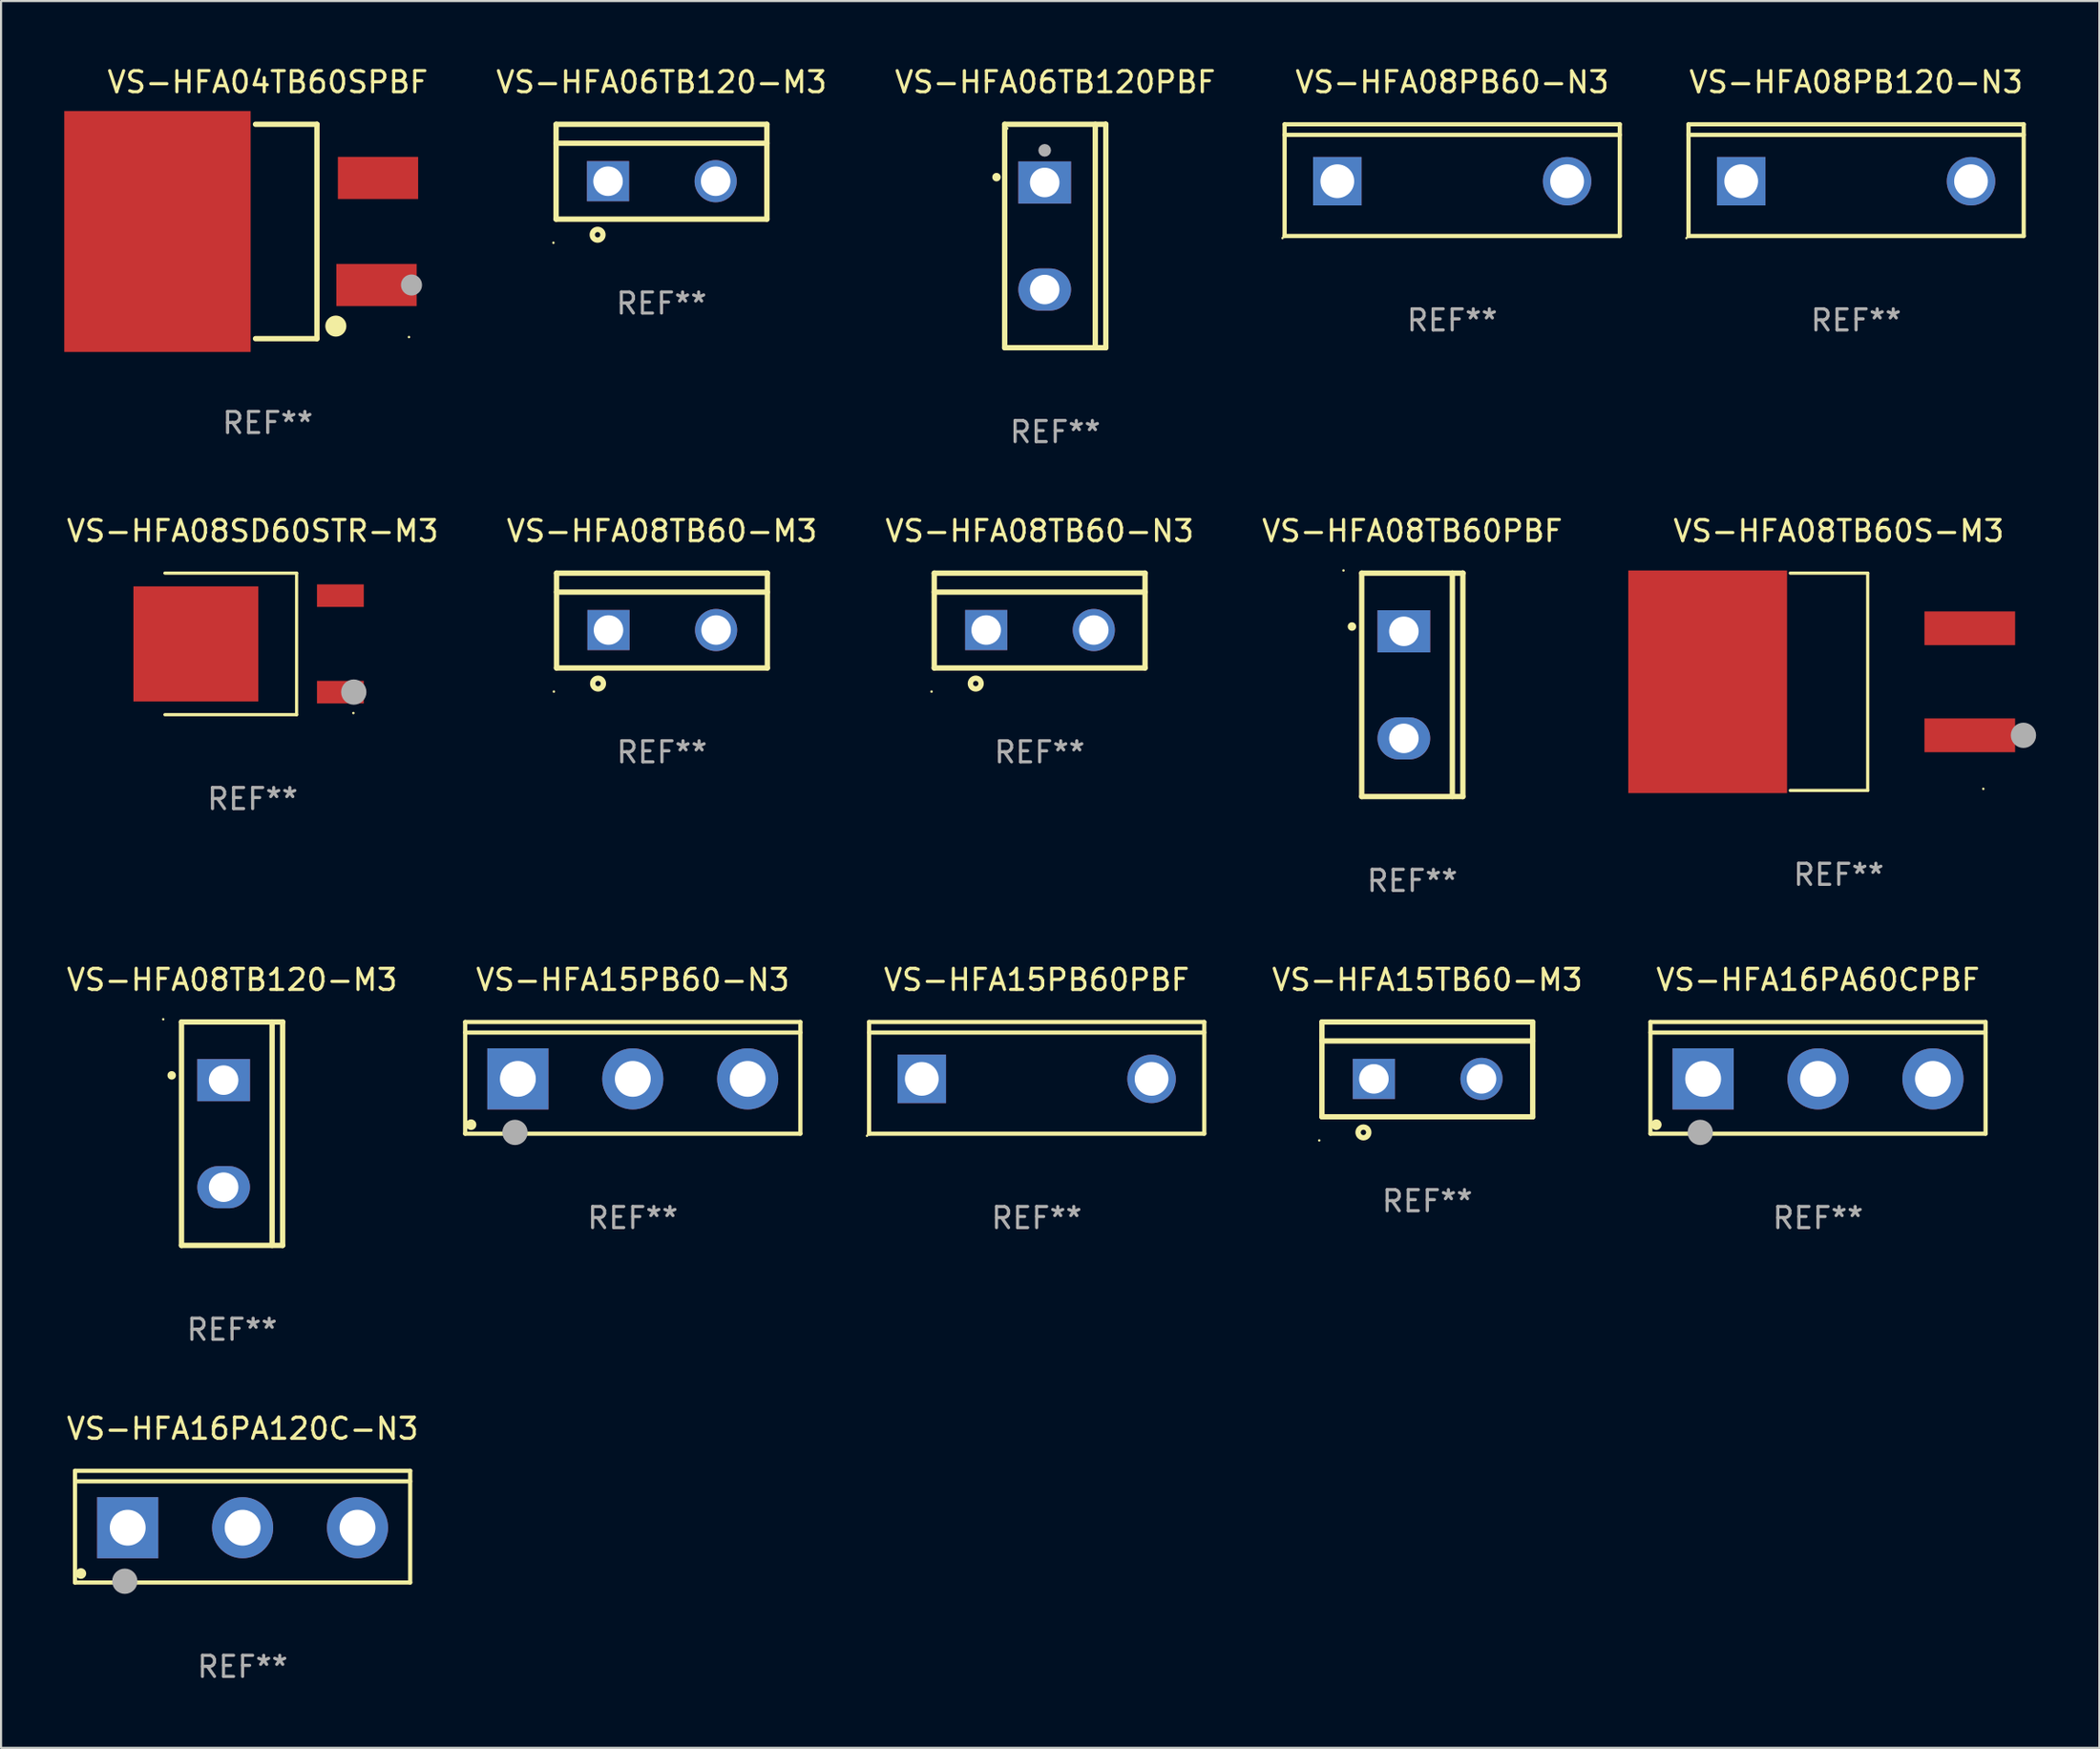
<source format=kicad_pcb>
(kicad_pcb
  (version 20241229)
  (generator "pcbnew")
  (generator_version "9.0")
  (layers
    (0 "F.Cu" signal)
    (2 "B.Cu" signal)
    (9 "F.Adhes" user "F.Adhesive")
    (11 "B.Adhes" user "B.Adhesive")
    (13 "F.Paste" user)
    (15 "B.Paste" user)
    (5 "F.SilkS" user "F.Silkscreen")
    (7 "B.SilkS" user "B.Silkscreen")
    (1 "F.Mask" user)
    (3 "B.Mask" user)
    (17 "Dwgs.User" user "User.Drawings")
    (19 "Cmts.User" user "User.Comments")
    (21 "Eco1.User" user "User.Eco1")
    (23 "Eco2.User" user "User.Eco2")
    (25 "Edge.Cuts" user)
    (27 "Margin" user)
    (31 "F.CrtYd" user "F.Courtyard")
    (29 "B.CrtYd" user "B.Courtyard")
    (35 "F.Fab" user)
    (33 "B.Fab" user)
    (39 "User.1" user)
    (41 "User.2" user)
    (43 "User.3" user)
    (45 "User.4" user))
  (footprint "VS-HFA15TB60-M3"
    (layer "F.Cu")
    (at 64.659 47.696)
    (property "Reference" "VS-HFA15TB60-M3" (at 0 -4.25 0) (layer "F.SilkS") (effects (font (size 1 1) (thickness 0.15))))
    (attr through_hole)
    (fp_line (start -5 -2.25) (end 5 -2.25) (stroke (width 0.254) (type solid)) (layer "F.SilkS"))
    (fp_line (start -5 -1.351) (end 5 -1.351) (stroke (width 0.254) (type solid)) (layer "F.SilkS"))
    (fp_line (start -5 2.25) (end -5 -2.25) (stroke (width 0.254) (type solid)) (layer "F.SilkS"))
    (fp_line (start -5 2.25) (end 5 2.25) (stroke (width 0.254) (type solid)) (layer "F.SilkS"))
    (fp_line (start 5 2.25) (end 5 -2.25) (stroke (width 0.254) (type solid)) (layer "F.SilkS"))
    (fp_circle (center -5.127 3.371) (end -5.097 3.371) (stroke (width 0.06) (type solid)) (fill no) (layer "F.SilkS"))
    (fp_circle (center -3.031 2.99) (end -2.777 2.99) (stroke (width 0.254) (type solid)) (fill no) (layer "F.SilkS"))
    (fp_text user "REF**" (at 0 6.25 0) (layer "F.Fab") (effects (font (size 1 1) (thickness 0.15))))
    (pad "1" thru_hole rect (at -2.536 0.45 90) (size 1.905 2) (drill 1.4) (layers "*.Cu" "*.Mask"))
    (pad "3" thru_hole circle (at 2.569 0.45) (size 2 2) (drill 1.4) (layers "*.Cu" "*.Mask")))
  (footprint "VS-HFA08TB60-N3"
    (layer "F.Cu")
    (at 46.268 26.397)
    (property "Reference" "VS-HFA08TB60-N3" (at 0 -4.25 0) (layer "F.SilkS") (effects (font (size 1 1) (thickness 0.15))))
    (attr through_hole)
    (fp_line (start -5 -2.25) (end 5 -2.25) (stroke (width 0.254) (type solid)) (layer "F.SilkS"))
    (fp_line (start -5 -1.351) (end 5 -1.351) (stroke (width 0.254) (type solid)) (layer "F.SilkS"))
    (fp_line (start -5 2.25) (end -5 -2.25) (stroke (width 0.254) (type solid)) (layer "F.SilkS"))
    (fp_line (start -5 2.25) (end 5 2.25) (stroke (width 0.254) (type solid)) (layer "F.SilkS"))
    (fp_line (start 5 2.25) (end 5 -2.25) (stroke (width 0.254) (type solid)) (layer "F.SilkS"))
    (fp_circle (center -5.127 3.371) (end -5.097 3.371) (stroke (width 0.06) (type solid)) (fill no) (layer "F.SilkS"))
    (fp_circle (center -3.031 2.99) (end -2.777 2.99) (stroke (width 0.254) (type solid)) (fill no) (layer "F.SilkS"))
    (fp_text user "REF**" (at 0 6.25 0) (layer "F.Fab") (effects (font (size 1 1) (thickness 0.15))))
    (pad "1" thru_hole rect (at -2.536 0.45 90) (size 1.905 2) (drill 1.4) (layers "*.Cu" "*.Mask"))
    (pad "3" thru_hole circle (at 2.569 0.45) (size 2 2) (drill 1.4) (layers "*.Cu" "*.Mask")))
  (footprint "VS-HFA16PA120C-N3"
    (layer "F.Cu")
    (at 8.458 69.394)
    (property "Reference" "VS-HFA16PA120C-N3" (at 0 -4.65 0) (layer "F.SilkS") (effects (font (size 1 1) (thickness 0.15))))
    (attr through_hole)
    (fp_line (start -7.95 -2.65) (end -7.95 2.65) (stroke (width 0.2) (type solid)) (layer "F.SilkS"))
    (fp_line (start -7.95 -2.15) (end 7.95 -2.15) (stroke (width 0.2) (type solid)) (layer "F.SilkS"))
    (fp_line (start -7.95 2.65) (end 7.95 2.65) (stroke (width 0.2) (type solid)) (layer "F.SilkS"))
    (fp_line (start 7.95 -2.65) (end -7.95 -2.65) (stroke (width 0.2) (type solid)) (layer "F.SilkS"))
    (fp_line (start 7.95 2.65) (end 7.95 -2.65) (stroke (width 0.2) (type solid)) (layer "F.SilkS"))
    (fp_circle (center -7.672 2.223) (end -7.545 2.223) (stroke (width 0.254) (type solid)) (fill no) (layer "F.SilkS"))
    (fp_circle (center -5.587 2.59) (end -5.287 2.59) (stroke (width 0.6) (type solid)) (fill no) (layer "F.Fab"))
    (fp_text user "REF**" (at 0 6.65 0) (layer "F.Fab") (effects (font (size 1 1) (thickness 0.15))))
    (pad "1" thru_hole rect (at -5.45 0.05) (size 2.9 2.9) (drill 1.7) (layers "*.Cu" "*.Mask"))
    (pad "2" thru_hole circle (at 0.001 0.05) (size 2.9 2.9) (drill 1.7) (layers "*.Cu" "*.Mask"))
    (pad "3" thru_hole circle (at 5.451 0.05) (size 2.9 2.9) (drill 1.7) (layers "*.Cu" "*.Mask")))
  (footprint "VS-HFA04TB60SPBF"
    (layer "F.Cu")
    (at 9.651 7.934)
    (property "Reference" "VS-HFA04TB60SPBF" (at 0 -7.086 0) (layer "F.SilkS") (effects (font (size 1 1) (thickness 0.15))))
    (attr through_hole)
    (fp_line (start 2.334 -5.086) (end -0.58 -5.086) (stroke (width 0.254) (type solid)) (layer "F.SilkS"))
    (fp_line (start 2.334 -5.086) (end 2.334 5.086) (stroke (width 0.254) (type solid)) (layer "F.SilkS"))
    (fp_line (start 2.334 5.086) (end -0.58 5.086) (stroke (width 0.254) (type solid)) (layer "F.SilkS"))
    (fp_circle (center 3.23 4.49) (end 3.48 4.49) (stroke (width 0.5) (type solid)) (fill no) (layer "F.SilkS"))
    (fp_circle (center 6.7 5.01) (end 6.73 5.01) (stroke (width 0.06) (type solid)) (fill no) (layer "F.SilkS"))
    (fp_circle (center 6.82 2.54) (end 7.07 2.54) (stroke (width 0.5) (type solid)) (fill no) (layer "F.Fab"))
    (fp_text user "REF**" (at 0 9.086 0) (layer "F.Fab") (effects (font (size 1 1) (thickness 0.15))))
    (pad "1" smd rect (at 5.16 2.54) (size 3.81 2) (layers "F.Cu" "F.Mask" "F.Paste"))
    (pad "3" smd rect (at 5.231 -2.54) (size 3.81 2) (layers "F.Cu" "F.Mask" "F.Paste"))
    (pad "4" smd rect (at -5.231 0) (size 8.84 11.43) (layers "F.Cu" "F.Mask" "F.Paste")))
  (footprint "VS-HFA08TB60-M3"
    (layer "F.Cu")
    (at 28.351 26.397)
    (property "Reference" "VS-HFA08TB60-M3" (at 0 -4.25 0) (layer "F.SilkS") (effects (font (size 1 1) (thickness 0.15))))
    (attr through_hole)
    (fp_line (start -5 -2.25) (end 5 -2.25) (stroke (width 0.254) (type solid)) (layer "F.SilkS"))
    (fp_line (start -5 -1.351) (end 5 -1.351) (stroke (width 0.254) (type solid)) (layer "F.SilkS"))
    (fp_line (start -5 2.25) (end -5 -2.25) (stroke (width 0.254) (type solid)) (layer "F.SilkS"))
    (fp_line (start -5 2.25) (end 5 2.25) (stroke (width 0.254) (type solid)) (layer "F.SilkS"))
    (fp_line (start 5 2.25) (end 5 -2.25) (stroke (width 0.254) (type solid)) (layer "F.SilkS"))
    (fp_circle (center -5.127 3.371) (end -5.097 3.371) (stroke (width 0.06) (type solid)) (fill no) (layer "F.SilkS"))
    (fp_circle (center -3.031 2.99) (end -2.777 2.99) (stroke (width 0.254) (type solid)) (fill no) (layer "F.SilkS"))
    (fp_text user "REF**" (at 0 6.25 0) (layer "F.Fab") (effects (font (size 1 1) (thickness 0.15))))
    (pad "1" thru_hole rect (at -2.536 0.45 90) (size 1.905 2) (drill 1.4) (layers "*.Cu" "*.Mask"))
    (pad "3" thru_hole circle (at 2.569 0.45) (size 2 2) (drill 1.4) (layers "*.Cu" "*.Mask")))
  (footprint "VS-HFA08PB60-N3"
    (layer "F.Cu")
    (at 65.839 5.499)
    (property "Reference" "VS-HFA08PB60-N3" (at 0 -4.65 0) (layer "F.SilkS") (effects (font (size 1 1) (thickness 0.15))))
    (attr through_hole)
    (fp_line (start -7.95 -2.65) (end -7.95 2.65) (stroke (width 0.2) (type solid)) (layer "F.SilkS"))
    (fp_line (start -7.95 -2.15) (end 7.95 -2.15) (stroke (width 0.2) (type solid)) (layer "F.SilkS"))
    (fp_line (start -7.95 2.65) (end 7.95 2.65) (stroke (width 0.2) (type solid)) (layer "F.SilkS"))
    (fp_line (start 7.95 -2.65) (end -7.95 -2.65) (stroke (width 0.2) (type solid)) (layer "F.SilkS"))
    (fp_line (start 7.95 2.65) (end 7.95 -2.65) (stroke (width 0.2) (type solid)) (layer "F.SilkS"))
    (fp_circle (center -8.05 2.75) (end -8.02 2.75) (stroke (width 0.06) (type solid)) (fill no) (layer "F.SilkS"))
    (fp_text user "REF**" (at 0 6.65 0) (layer "F.Fab") (effects (font (size 1 1) (thickness 0.15))))
    (pad "1" thru_hole rect (at -5.45 0.05) (size 2.3 2.3) (drill 1.6) (layers "*.Cu" "*.Mask"))
    (pad "2" thru_hole circle (at 5.451 0.05) (size 2.3 2.3) (drill 1.6) (layers "*.Cu" "*.Mask")))
  (footprint "VS-HFA08TB60PBF"
    (layer "F.Cu")
    (at 63.946 29.448)
    (property "Reference" "VS-HFA08TB60PBF" (at 0 -7.301 0) (layer "F.SilkS") (effects (font (size 1 1) (thickness 0.15))))
    (attr through_hole)
    (fp_line (start -2.399 -5.301) (end 2.394 -5.301) (stroke (width 0.254) (type solid)) (layer "F.SilkS"))
    (fp_line (start -2.399 5.301) (end -2.399 -5.301) (stroke (width 0.254) (type solid)) (layer "F.SilkS"))
    (fp_line (start 1.9 5.3) (end 1.9 -5.3) (stroke (width 0.254) (type solid)) (layer "F.SilkS"))
    (fp_line (start 2.394 -5.301) (end 2.399 -5.301) (stroke (width 0.254) (type solid)) (layer "F.SilkS"))
    (fp_line (start 2.399 -5.301) (end 2.399 5.301) (stroke (width 0.254) (type solid)) (layer "F.SilkS"))
    (fp_line (start 2.399 5.301) (end -2.399 5.301) (stroke (width 0.254) (type solid)) (layer "F.SilkS"))
    (fp_arc (start -2.863843 -2.766066) (mid -2.863847 -2.767336) (end -2.863843 -2.768606) (stroke (width 0.4) (type solid)) (layer "F.SilkS"))
    (fp_circle (center -3.264 -5.428) (end -3.234 -5.428) (stroke (width 0.06) (type solid)) (fill no) (layer "F.SilkS"))
    (fp_text user "REF**" (at 0 9.301 0) (layer "F.Fab") (effects (font (size 1 1) (thickness 0.15))))
    (pad "1" thru_hole rect (at -0.4 -2.54 270) (size 2 2.5) (drill 1.4) (layers "*.Cu" "*.Mask"))
    (pad "2" thru_hole oval (at -0.4 2.54 270) (size 2 2.5) (drill 1.4) (layers "*.Cu" "*.Mask")))
  (footprint "VS-HFA16PA60CPBF"
    (layer "F.Cu")
    (at 83.192 48.096)
    (property "Reference" "VS-HFA16PA60CPBF" (at 0 -4.65 0) (layer "F.SilkS") (effects (font (size 1 1) (thickness 0.15))))
    (attr through_hole)
    (fp_line (start -7.95 -2.65) (end -7.95 2.65) (stroke (width 0.2) (type solid)) (layer "F.SilkS"))
    (fp_line (start -7.95 -2.15) (end 7.95 -2.15) (stroke (width 0.2) (type solid)) (layer "F.SilkS"))
    (fp_line (start -7.95 2.65) (end 7.95 2.65) (stroke (width 0.2) (type solid)) (layer "F.SilkS"))
    (fp_line (start 7.95 -2.65) (end -7.95 -2.65) (stroke (width 0.2) (type solid)) (layer "F.SilkS"))
    (fp_line (start 7.95 2.65) (end 7.95 -2.65) (stroke (width 0.2) (type solid)) (layer "F.SilkS"))
    (fp_circle (center -7.672 2.223) (end -7.545 2.223) (stroke (width 0.254) (type solid)) (fill no) (layer "F.SilkS"))
    (fp_circle (center -5.587 2.59) (end -5.287 2.59) (stroke (width 0.6) (type solid)) (fill no) (layer "F.Fab"))
    (fp_text user "REF**" (at 0 6.65 0) (layer "F.Fab") (effects (font (size 1 1) (thickness 0.15))))
    (pad "1" thru_hole rect (at -5.45 0.05) (size 2.9 2.9) (drill 1.7) (layers "*.Cu" "*.Mask"))
    (pad "2" thru_hole circle (at 0.001 0.05) (size 2.9 2.9) (drill 1.7) (layers "*.Cu" "*.Mask"))
    (pad "3" thru_hole circle (at 5.451 0.05) (size 2.9 2.9) (drill 1.7) (layers "*.Cu" "*.Mask")))
  (footprint "VS-HFA15PB60-N3"
    (layer "F.Cu")
    (at 26.967 48.096)
    (property "Reference" "VS-HFA15PB60-N3" (at 0 -4.65 0) (layer "F.SilkS") (effects (font (size 1 1) (thickness 0.15))))
    (attr through_hole)
    (fp_line (start -7.95 -2.65) (end -7.95 2.65) (stroke (width 0.2) (type solid)) (layer "F.SilkS"))
    (fp_line (start -7.95 -2.15) (end 7.95 -2.15) (stroke (width 0.2) (type solid)) (layer "F.SilkS"))
    (fp_line (start -7.95 2.65) (end 7.95 2.65) (stroke (width 0.2) (type solid)) (layer "F.SilkS"))
    (fp_line (start 7.95 -2.65) (end -7.95 -2.65) (stroke (width 0.2) (type solid)) (layer "F.SilkS"))
    (fp_line (start 7.95 2.65) (end 7.95 -2.65) (stroke (width 0.2) (type solid)) (layer "F.SilkS"))
    (fp_circle (center -7.672 2.223) (end -7.545 2.223) (stroke (width 0.254) (type solid)) (fill no) (layer "F.SilkS"))
    (fp_circle (center -5.587 2.59) (end -5.287 2.59) (stroke (width 0.6) (type solid)) (fill no) (layer "F.Fab"))
    (fp_text user "REF**" (at 0 6.65 0) (layer "F.Fab") (effects (font (size 1 1) (thickness 0.15))))
    (pad "1" thru_hole rect (at -5.45 0.05) (size 2.9 2.9) (drill 1.7) (layers "*.Cu" "*.Mask"))
    (pad "2" thru_hole circle (at 0.001 0.05) (size 2.9 2.9) (drill 1.7) (layers "*.Cu" "*.Mask"))
    (pad "3" thru_hole circle (at 5.451 0.05) (size 2.9 2.9) (drill 1.7) (layers "*.Cu" "*.Mask")))
  (footprint "VS-HFA15PB60PBF"
    (layer "F.Cu")
    (at 46.127 48.096)
    (property "Reference" "VS-HFA15PB60PBF" (at 0 -4.65 0) (layer "F.SilkS") (effects (font (size 1 1) (thickness 0.15))))
    (attr through_hole)
    (fp_line (start -7.95 -2.65) (end -7.95 2.65) (stroke (width 0.2) (type solid)) (layer "F.SilkS"))
    (fp_line (start -7.95 -2.15) (end 7.95 -2.15) (stroke (width 0.2) (type solid)) (layer "F.SilkS"))
    (fp_line (start -7.95 2.65) (end 7.95 2.65) (stroke (width 0.2) (type solid)) (layer "F.SilkS"))
    (fp_line (start 7.95 -2.65) (end -7.95 -2.65) (stroke (width 0.2) (type solid)) (layer "F.SilkS"))
    (fp_line (start 7.95 2.65) (end 7.95 -2.65) (stroke (width 0.2) (type solid)) (layer "F.SilkS"))
    (fp_circle (center -8.05 2.75) (end -8.02 2.75) (stroke (width 0.06) (type solid)) (fill no) (layer "F.SilkS"))
    (fp_text user "REF**" (at 0 6.65 0) (layer "F.Fab") (effects (font (size 1 1) (thickness 0.15))))
    (pad "1" thru_hole rect (at -5.45 0.05) (size 2.3 2.3) (drill 1.6) (layers "*.Cu" "*.Mask"))
    (pad "2" thru_hole circle (at 5.451 0.05) (size 2.3 2.3) (drill 1.6) (layers "*.Cu" "*.Mask")))
  (footprint "VS-HFA08TB60S-M3"
    (layer "F.Cu")
    (at 84.175 29.303)
    (property "Reference" "VS-HFA08TB60S-M3" (at 0 -7.156 0) (layer "F.SilkS") (effects (font (size 1 1) (thickness 0.15))))
    (attr through_hole)
    (fp_line (start -2.3 -5.156) (end 1.374 -5.156) (stroke (width 0.152) (type solid)) (layer "F.SilkS"))
    (fp_line (start -2.3 5.156) (end 1.374 5.156) (stroke (width 0.152) (type solid)) (layer "F.SilkS"))
    (fp_line (start 1.374 5.156) (end 1.374 -5.156) (stroke (width 0.152) (type solid)) (layer "F.SilkS"))
    (fp_circle (center 6.858 5.08) (end 6.888 5.08) (stroke (width 0.06) (type solid)) (fill no) (layer "F.SilkS"))
    (fp_circle (center 8.763 2.54) (end 9.063 2.54) (stroke (width 0.6) (type solid)) (fill no) (layer "F.Fab"))
    (fp_text user "REF**" (at 0 9.156 0) (layer "F.Fab") (effects (font (size 1 1) (thickness 0.15))))
    (pad "1" smd rect (at 6.218 2.54 180) (size 4.3 1.6) (layers "F.Cu" "F.Mask" "F.Paste"))
    (pad "2" smd rect (at -6.218 0 180) (size 7.532 10.566) (layers "F.Cu" "F.Mask" "F.Paste"))
    (pad "3" smd rect (at 6.218 -2.54 180) (size 4.3 1.6) (layers "F.Cu" "F.Mask" "F.Paste")))
  (footprint "VS-HFA06TB120PBF"
    (layer "F.Cu")
    (at 47.008 8.149)
    (property "Reference" "VS-HFA06TB120PBF" (at 0 -7.301 0) (layer "F.SilkS") (effects (font (size 1 1) (thickness 0.15))))
    (attr through_hole)
    (fp_line (start -2.399 -5.301) (end 2.394 -5.301) (stroke (width 0.254) (type solid)) (layer "F.SilkS"))
    (fp_line (start -2.399 5.301) (end -2.399 -5.301) (stroke (width 0.254) (type solid)) (layer "F.SilkS"))
    (fp_line (start 1.9 -5.061) (end 1.9 -5.3) (stroke (width 0.254) (type solid)) (layer "F.SilkS"))
    (fp_line (start 1.9 5.3) (end 1.9 -5.061) (stroke (width 0.254) (type solid)) (layer "F.SilkS"))
    (fp_line (start 2.394 -5.301) (end 2.399 -5.301) (stroke (width 0.254) (type solid)) (layer "F.SilkS"))
    (fp_line (start 2.399 -5.301) (end 2.399 5.301) (stroke (width 0.254) (type solid)) (layer "F.SilkS"))
    (fp_line (start 2.399 5.301) (end -2.399 5.301) (stroke (width 0.254) (type solid)) (layer "F.SilkS"))
    (fp_arc (start -2.786043 -2.791466) (mid -2.786047 -2.792736) (end -2.786043 -2.794006) (stroke (width 0.4) (type solid)) (layer "F.SilkS"))
    (fp_circle (center -2.275 -5.1) (end -2.245 -5.1) (stroke (width 0.06) (type solid)) (fill no) (layer "F.SilkS"))
    (fp_circle (center -0.5 -4.064) (end -0.35 -4.064) (stroke (width 0.3) (type solid)) (fill no) (layer "F.Fab"))
    (fp_text user "REF**" (at 0 9.301 0) (layer "F.Fab") (effects (font (size 1 1) (thickness 0.15))))
    (pad "1" thru_hole rect (at -0.5 -2.54 270) (size 2 2.5) (drill 1.4) (layers "*.Cu" "*.Mask"))
    (pad "3" thru_hole oval (at -0.5 2.54 270) (size 2 2.5) (drill 1.4) (layers "*.Cu" "*.Mask")))
  (footprint "VS-HFA08PB120-N3"
    (layer "F.Cu")
    (at 84.999 5.499)
    (property "Reference" "VS-HFA08PB120-N3" (at 0 -4.65 0) (layer "F.SilkS") (effects (font (size 1 1) (thickness 0.15))))
    (attr through_hole)
    (fp_line (start -7.95 -2.65) (end -7.95 2.65) (stroke (width 0.2) (type solid)) (layer "F.SilkS"))
    (fp_line (start -7.95 -2.15) (end 7.95 -2.15) (stroke (width 0.2) (type solid)) (layer "F.SilkS"))
    (fp_line (start -7.95 2.65) (end 7.95 2.65) (stroke (width 0.2) (type solid)) (layer "F.SilkS"))
    (fp_line (start 7.95 -2.65) (end -7.95 -2.65) (stroke (width 0.2) (type solid)) (layer "F.SilkS"))
    (fp_line (start 7.95 2.65) (end 7.95 -2.65) (stroke (width 0.2) (type solid)) (layer "F.SilkS"))
    (fp_circle (center -8.05 2.75) (end -8.02 2.75) (stroke (width 0.06) (type solid)) (fill no) (layer "F.SilkS"))
    (fp_text user "REF**" (at 0 6.65 0) (layer "F.Fab") (effects (font (size 1 1) (thickness 0.15))))
    (pad "1" thru_hole rect (at -5.45 0.05) (size 2.3 2.3) (drill 1.6) (layers "*.Cu" "*.Mask"))
    (pad "3" thru_hole circle (at 5.451 0.05) (size 2.3 2.3) (drill 1.6) (layers "*.Cu" "*.Mask")))
  (footprint "VS-HFA08TB120-M3"
    (layer "F.Cu")
    (at 7.958 50.746)
    (property "Reference" "VS-HFA08TB120-M3" (at 0 -7.301 0) (layer "F.SilkS") (effects (font (size 1 1) (thickness 0.15))))
    (attr through_hole)
    (fp_line (start -2.399 -5.301) (end 2.394 -5.301) (stroke (width 0.254) (type solid)) (layer "F.SilkS"))
    (fp_line (start -2.399 5.301) (end -2.399 -5.301) (stroke (width 0.254) (type solid)) (layer "F.SilkS"))
    (fp_line (start 1.9 5.3) (end 1.9 -5.3) (stroke (width 0.254) (type solid)) (layer "F.SilkS"))
    (fp_line (start 2.394 -5.301) (end 2.399 -5.301) (stroke (width 0.254) (type solid)) (layer "F.SilkS"))
    (fp_line (start 2.399 -5.301) (end 2.399 5.301) (stroke (width 0.254) (type solid)) (layer "F.SilkS"))
    (fp_line (start 2.399 5.301) (end -2.399 5.301) (stroke (width 0.254) (type solid)) (layer "F.SilkS"))
    (fp_arc (start -2.863843 -2.766066) (mid -2.863847 -2.767336) (end -2.863843 -2.768606) (stroke (width 0.4) (type solid)) (layer "F.SilkS"))
    (fp_circle (center -3.264 -5.428) (end -3.234 -5.428) (stroke (width 0.06) (type solid)) (fill no) (layer "F.SilkS"))
    (fp_text user "REF**" (at 0 9.301 0) (layer "F.Fab") (effects (font (size 1 1) (thickness 0.15))))
    (pad "1" thru_hole rect (at -0.4 -2.54 270) (size 2 2.5) (drill 1.4) (layers "*.Cu" "*.Mask"))
    (pad "2" thru_hole oval (at -0.4 2.54 270) (size 2 2.5) (drill 1.4) (layers "*.Cu" "*.Mask")))
  (footprint "VS-HFA06TB120-M3"
    (layer "F.Cu")
    (at 28.33 5.099)
    (property "Reference" "VS-HFA06TB120-M3" (at 0 -4.25 0) (layer "F.SilkS") (effects (font (size 1 1) (thickness 0.15))))
    (attr through_hole)
    (fp_line (start -5 -2.25) (end 5 -2.25) (stroke (width 0.254) (type solid)) (layer "F.SilkS"))
    (fp_line (start -5 -1.351) (end 5 -1.351) (stroke (width 0.254) (type solid)) (layer "F.SilkS"))
    (fp_line (start -5 2.25) (end -5 -2.25) (stroke (width 0.254) (type solid)) (layer "F.SilkS"))
    (fp_line (start -5 2.25) (end 5 2.25) (stroke (width 0.254) (type solid)) (layer "F.SilkS"))
    (fp_line (start 5 2.25) (end 5 -2.25) (stroke (width 0.254) (type solid)) (layer "F.SilkS"))
    (fp_circle (center -5.127 3.371) (end -5.097 3.371) (stroke (width 0.06) (type solid)) (fill no) (layer "F.SilkS"))
    (fp_circle (center -3.031 2.99) (end -2.777 2.99) (stroke (width 0.254) (type solid)) (fill no) (layer "F.SilkS"))
    (fp_text user "REF**" (at 0 6.25 0) (layer "F.Fab") (effects (font (size 1 1) (thickness 0.15))))
    (pad "1" thru_hole rect (at -2.536 0.45 90) (size 1.905 2) (drill 1.4) (layers "*.Cu" "*.Mask"))
    (pad "3" thru_hole circle (at 2.569 0.45) (size 2 2) (drill 1.4) (layers "*.Cu" "*.Mask")))
  (footprint "VS-HFA08SD60STR-M3"
    (layer "F.Cu")
    (at 8.935 27.505)
    (property "Reference" "VS-HFA08SD60STR-M3" (at 0 -5.359 0) (layer "F.SilkS") (effects (font (size 1 1) (thickness 0.15))))
    (attr through_hole)
    (fp_line (start -4.162 -3.359) (end 2.085 -3.359) (stroke (width 0.152) (type solid)) (layer "F.SilkS"))
    (fp_line (start -4.162 3.359) (end 2.085 3.359) (stroke (width 0.152) (type solid)) (layer "F.SilkS"))
    (fp_line (start 2.085 3.359) (end 2.085 -3.359) (stroke (width 0.152) (type solid)) (layer "F.SilkS"))
    (fp_circle (center 4.779 3.282) (end 4.809 3.282) (stroke (width 0.06) (type solid)) (fill no) (layer "F.SilkS"))
    (fp_circle (center 4.798 2.286) (end 5.098 2.286) (stroke (width 0.6) (type solid)) (fill no) (layer "F.Fab"))
    (fp_text user "REF**" (at 0 7.359 0) (layer "F.Fab") (effects (font (size 1 1) (thickness 0.15))))
    (pad "1" smd rect (at 4.162 2.29) (size 2.223 1.071) (layers "F.Cu" "F.Mask" "F.Paste"))
    (pad "2" smd rect (at -2.693 0) (size 5.925 5.46) (layers "F.Cu" "F.Mask" "F.Paste"))
    (pad "3" smd rect (at 4.162 -2.29) (size 2.223 1.071) (layers "F.Cu" "F.Mask" "F.Paste")))
  (gr_rect
    (start -3 -3)
    (end 96.538 79.893)
    (stroke (width 0.1) (type default))
    (fill no)
    (layer "Edge.Cuts")))
</source>
